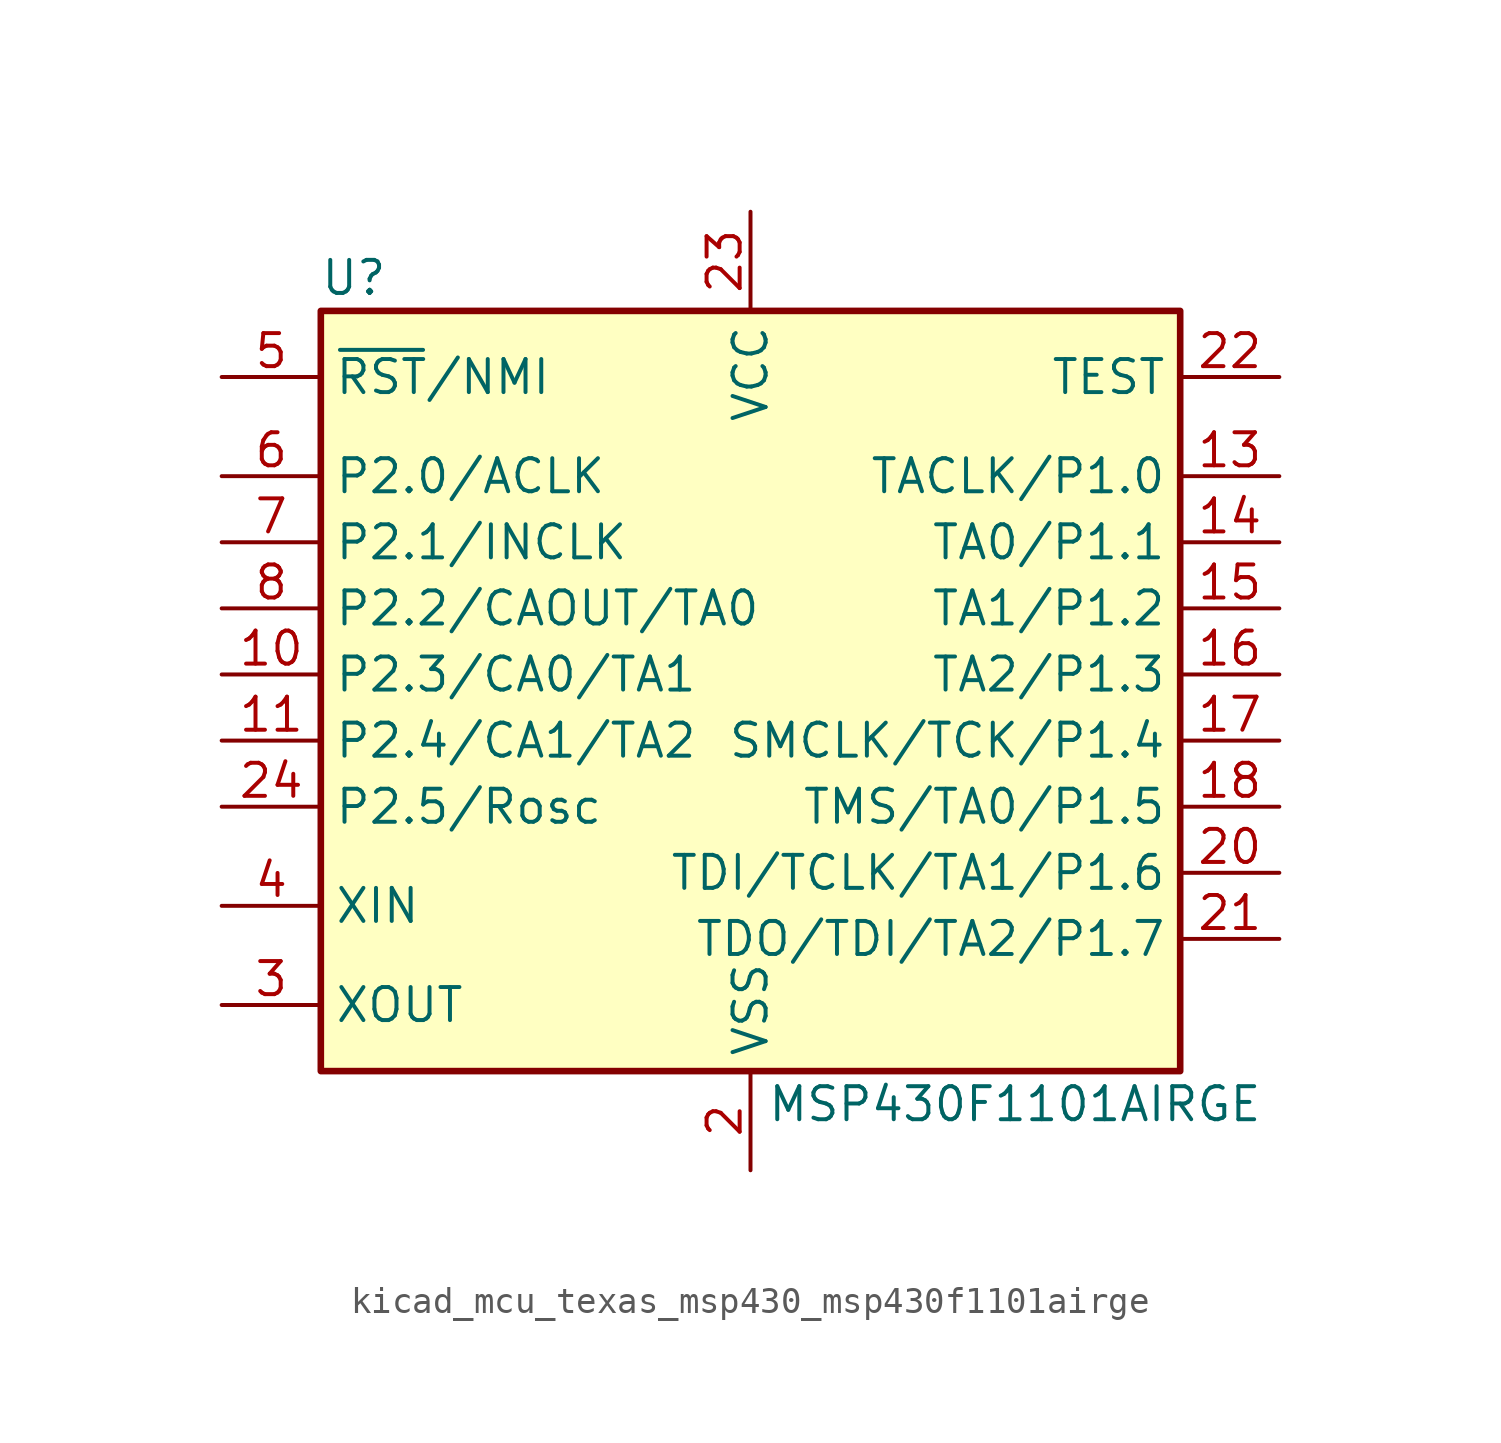
<source format=kicad_sym>
(kicad_symbol_lib
  (version 20220914)
  (generator kicad_symbol_editor)
  (symbol "kicad_mcu_texas_msp430_msp430f1101airge"
    (property "Reference" "U"
      (at -15.24 15.24 0)
      (effects (font (size 1.27 1.27))))
    (property "Value" "MSP430F1101AIRGE"
      (at 10.16 -16.51 0)
      (effects (font (size 1.27 1.27))))
    (symbol "kicad_mcu_texas_msp430_msp430f1101airge_0_1"
      (rectangle (start -16.51 13.97) (end 16.51 -15.24) (stroke (width 0.254) (type default)) (fill (type background))))
    (symbol "kicad_mcu_texas_msp430_msp430f1101airge_1_1"
      (pin bidirectional line (at -20.32 0 0) (length 3.81) (name "P2.3/CA0/TA1" (effects (font (size 1.27 1.27)))) (number "10" (effects (font (size 1.27 1.27)))))
      (pin bidirectional line (at -20.32 -2.54 0) (length 3.81) (name "P2.4/CA1/TA2" (effects (font (size 1.27 1.27)))) (number "11" (effects (font (size 1.27 1.27)))))
      (pin bidirectional line (at 20.32 7.62 180) (length 3.81) (name "TACLK/P1.0" (effects (font (size 1.27 1.27)))) (number "13" (effects (font (size 1.27 1.27)))))
      (pin bidirectional line (at 20.32 5.08 180) (length 3.81) (name "TA0/P1.1" (effects (font (size 1.27 1.27)))) (number "14" (effects (font (size 1.27 1.27)))))
      (pin bidirectional line (at 20.32 2.54 180) (length 3.81) (name "TA1/P1.2" (effects (font (size 1.27 1.27)))) (number "15" (effects (font (size 1.27 1.27)))))
      (pin bidirectional line (at 20.32 0 180) (length 3.81) (name "TA2/P1.3" (effects (font (size 1.27 1.27)))) (number "16" (effects (font (size 1.27 1.27)))))
      (pin bidirectional line (at 20.32 -2.54 180) (length 3.81) (name "SMCLK/TCK/P1.4" (effects (font (size 1.27 1.27)))) (number "17" (effects (font (size 1.27 1.27)))))
      (pin bidirectional line (at 20.32 -5.08 180) (length 3.81) (name "TMS/TA0/P1.5" (effects (font (size 1.27 1.27)))) (number "18" (effects (font (size 1.27 1.27)))))
      (pin power_in line (at 0 -19.05 90) (length 3.81) (name "VSS" (effects (font (size 1.27 1.27)))) (number "2" (effects (font (size 1.27 1.27)))))
      (pin bidirectional line (at 20.32 -7.62 180) (length 3.81) (name "TDI/TCLK/TA1/P1.6" (effects (font (size 1.27 1.27)))) (number "20" (effects (font (size 1.27 1.27)))))
      (pin bidirectional line (at 20.32 -10.16 180) (length 3.81) (name "TDO/TDI/TA2/P1.7" (effects (font (size 1.27 1.27)))) (number "21" (effects (font (size 1.27 1.27)))))
      (pin input line (at 20.32 11.43 180) (length 3.81) (name "TEST" (effects (font (size 1.27 1.27)))) (number "22" (effects (font (size 1.27 1.27)))))
      (pin power_in line (at 0 17.78 270) (length 3.81) (name "VCC" (effects (font (size 1.27 1.27)))) (number "23" (effects (font (size 1.27 1.27)))))
      (pin bidirectional line (at -20.32 -5.08 0) (length 3.81) (name "P2.5/Rosc" (effects (font (size 1.27 1.27)))) (number "24" (effects (font (size 1.27 1.27)))))
      (pin output line (at -20.32 -12.7 0) (length 3.81) (name "XOUT" (effects (font (size 1.27 1.27)))) (number "3" (effects (font (size 1.27 1.27)))))
      (pin input line (at -20.32 -8.89 0) (length 3.81) (name "XIN" (effects (font (size 1.27 1.27)))) (number "4" (effects (font (size 1.27 1.27)))))
      (pin input line (at -20.32 11.43 0) (length 3.81) (name "~{RST}/NMI" (effects (font (size 1.27 1.27)))) (number "5" (effects (font (size 1.27 1.27)))))
      (pin bidirectional line (at -20.32 7.62 0) (length 3.81) (name "P2.0/ACLK" (effects (font (size 1.27 1.27)))) (number "6" (effects (font (size 1.27 1.27)))))
      (pin bidirectional line (at -20.32 5.08 0) (length 3.81) (name "P2.1/INCLK" (effects (font (size 1.27 1.27)))) (number "7" (effects (font (size 1.27 1.27)))))
      (pin bidirectional line (at -20.32 2.54 0) (length 3.81) (name "P2.2/CAOUT/TA0" (effects (font (size 1.27 1.27)))) (number "8" (effects (font (size 1.27 1.27))))))))
</source>
